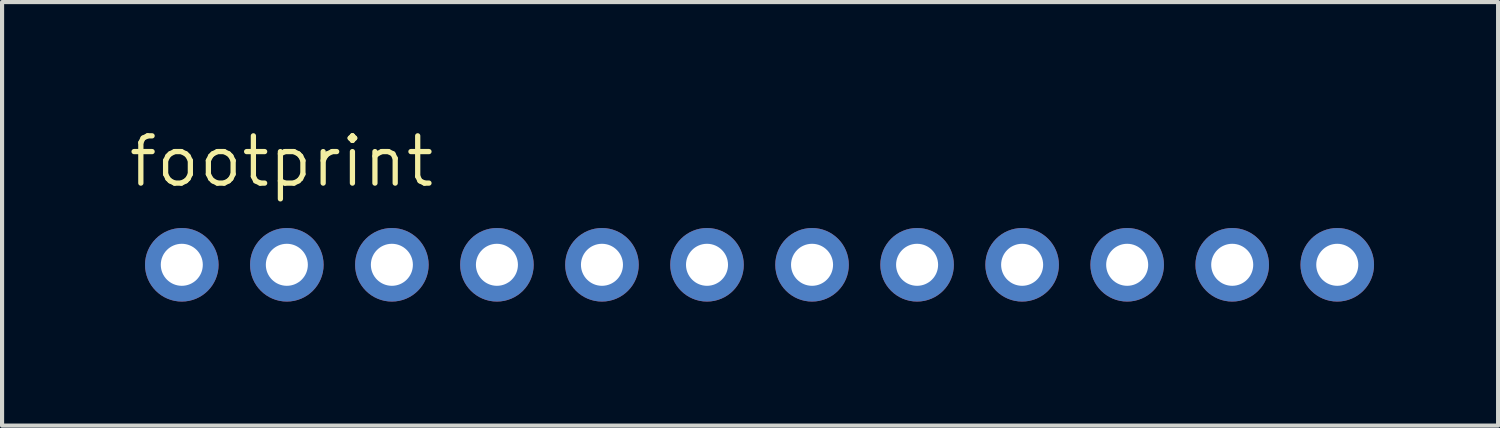
<source format=kicad_pcb>
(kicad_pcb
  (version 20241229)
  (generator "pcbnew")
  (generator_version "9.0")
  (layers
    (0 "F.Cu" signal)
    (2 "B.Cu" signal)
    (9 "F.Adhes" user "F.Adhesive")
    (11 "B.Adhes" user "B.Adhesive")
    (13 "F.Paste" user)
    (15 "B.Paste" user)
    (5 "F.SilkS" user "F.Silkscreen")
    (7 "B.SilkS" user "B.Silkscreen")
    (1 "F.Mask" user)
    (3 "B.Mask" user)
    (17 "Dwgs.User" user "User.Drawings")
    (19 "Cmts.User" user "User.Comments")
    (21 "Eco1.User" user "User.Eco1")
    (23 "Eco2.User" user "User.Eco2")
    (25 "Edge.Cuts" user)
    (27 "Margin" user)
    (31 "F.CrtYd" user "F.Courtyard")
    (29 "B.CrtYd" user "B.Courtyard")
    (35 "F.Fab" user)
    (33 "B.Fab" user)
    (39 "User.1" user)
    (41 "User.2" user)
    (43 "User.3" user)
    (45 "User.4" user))
  (footprint "footprint"
    (layer "F.Cu")
    (at 15.316 3.353)
    (property "Reference" "footprint" (at -15.316 -1.829 0) (layer "F.SilkS") (effects (font (size 1.143 1.143) (thickness 0.127)) (justify left bottom)))
    (fp_poly (pts (xy -14.224 0.254) (xy -13.716 0.254) (xy -13.716 -0.254) (xy -14.224 -0.254)) (stroke (width 0.1) (type solid)) (fill no) (layer "F.Fab"))
    (fp_poly (pts (xy -11.684 0.254) (xy -11.176 0.254) (xy -11.176 -0.254) (xy -11.684 -0.254)) (stroke (width 0.1) (type solid)) (fill no) (layer "F.Fab"))
    (fp_poly (pts (xy -9.144 0.254) (xy -8.636 0.254) (xy -8.636 -0.254) (xy -9.144 -0.254)) (stroke (width 0.1) (type solid)) (fill no) (layer "F.Fab"))
    (fp_poly (pts (xy -6.604 0.254) (xy -6.096 0.254) (xy -6.096 -0.254) (xy -6.604 -0.254)) (stroke (width 0.1) (type solid)) (fill no) (layer "F.Fab"))
    (fp_poly (pts (xy -4.064 0.254) (xy -3.556 0.254) (xy -3.556 -0.254) (xy -4.064 -0.254)) (stroke (width 0.1) (type solid)) (fill no) (layer "F.Fab"))
    (fp_poly (pts (xy -1.524 0.254) (xy -1.016 0.254) (xy -1.016 -0.254) (xy -1.524 -0.254)) (stroke (width 0.1) (type solid)) (fill no) (layer "F.Fab"))
    (fp_poly (pts (xy 1.016 0.254) (xy 1.524 0.254) (xy 1.524 -0.254) (xy 1.016 -0.254)) (stroke (width 0.1) (type solid)) (fill no) (layer "F.Fab"))
    (fp_poly (pts (xy 3.556 0.254) (xy 4.064 0.254) (xy 4.064 -0.254) (xy 3.556 -0.254)) (stroke (width 0.1) (type solid)) (fill no) (layer "F.Fab"))
    (fp_poly (pts (xy 6.096 0.254) (xy 6.604 0.254) (xy 6.604 -0.254) (xy 6.096 -0.254)) (stroke (width 0.1) (type solid)) (fill no) (layer "F.Fab"))
    (fp_poly (pts (xy 8.636 0.254) (xy 9.144 0.254) (xy 9.144 -0.254) (xy 8.636 -0.254)) (stroke (width 0.1) (type solid)) (fill no) (layer "F.Fab"))
    (fp_poly (pts (xy 11.176 0.254) (xy 11.684 0.254) (xy 11.684 -0.254) (xy 11.176 -0.254)) (stroke (width 0.1) (type solid)) (fill no) (layer "F.Fab"))
    (fp_poly (pts (xy 13.716 0.254) (xy 14.224 0.254) (xy 14.224 -0.254) (xy 13.716 -0.254)) (stroke (width 0.1) (type solid)) (fill no) (layer "F.Fab"))
    (pad "1" thru_hole circle (at -13.97 0 90) (size 1.778 1.778) (drill 1.016) (layers "*.Cu" "*.Mask"))
    (pad "2" thru_hole circle (at -11.43 0 90) (size 1.778 1.778) (drill 1.016) (layers "*.Cu" "*.Mask"))
    (pad "3" thru_hole circle (at -8.89 0 90) (size 1.778 1.778) (drill 1.016) (layers "*.Cu" "*.Mask"))
    (pad "4" thru_hole circle (at -6.35 0 90) (size 1.778 1.778) (drill 1.016) (layers "*.Cu" "*.Mask"))
    (pad "5" thru_hole circle (at -3.81 0 90) (size 1.778 1.778) (drill 1.016) (layers "*.Cu" "*.Mask"))
    (pad "6" thru_hole circle (at -1.27 0 90) (size 1.778 1.778) (drill 1.016) (layers "*.Cu" "*.Mask"))
    (pad "7" thru_hole circle (at 1.27 0 90) (size 1.778 1.778) (drill 1.016) (layers "*.Cu" "*.Mask"))
    (pad "8" thru_hole circle (at 3.81 0 90) (size 1.778 1.778) (drill 1.016) (layers "*.Cu" "*.Mask"))
    (pad "9" thru_hole circle (at 6.35 0 90) (size 1.778 1.778) (drill 1.016) (layers "*.Cu" "*.Mask"))
    (pad "10" thru_hole circle (at 8.89 0 90) (size 1.778 1.778) (drill 1.016) (layers "*.Cu" "*.Mask"))
    (pad "11" thru_hole circle (at 11.43 0 90) (size 1.778 1.778) (drill 1.016) (layers "*.Cu" "*.Mask"))
    (pad "12" thru_hole circle (at 13.97 0 90) (size 1.778 1.778) (drill 1.016) (layers "*.Cu" "*.Mask")))
  (gr_rect
    (start -3 -3)
    (end 33.175 7.242)
    (stroke (width 0.1) (type default))
    (fill no)
    (layer "Edge.Cuts")))
</source>
